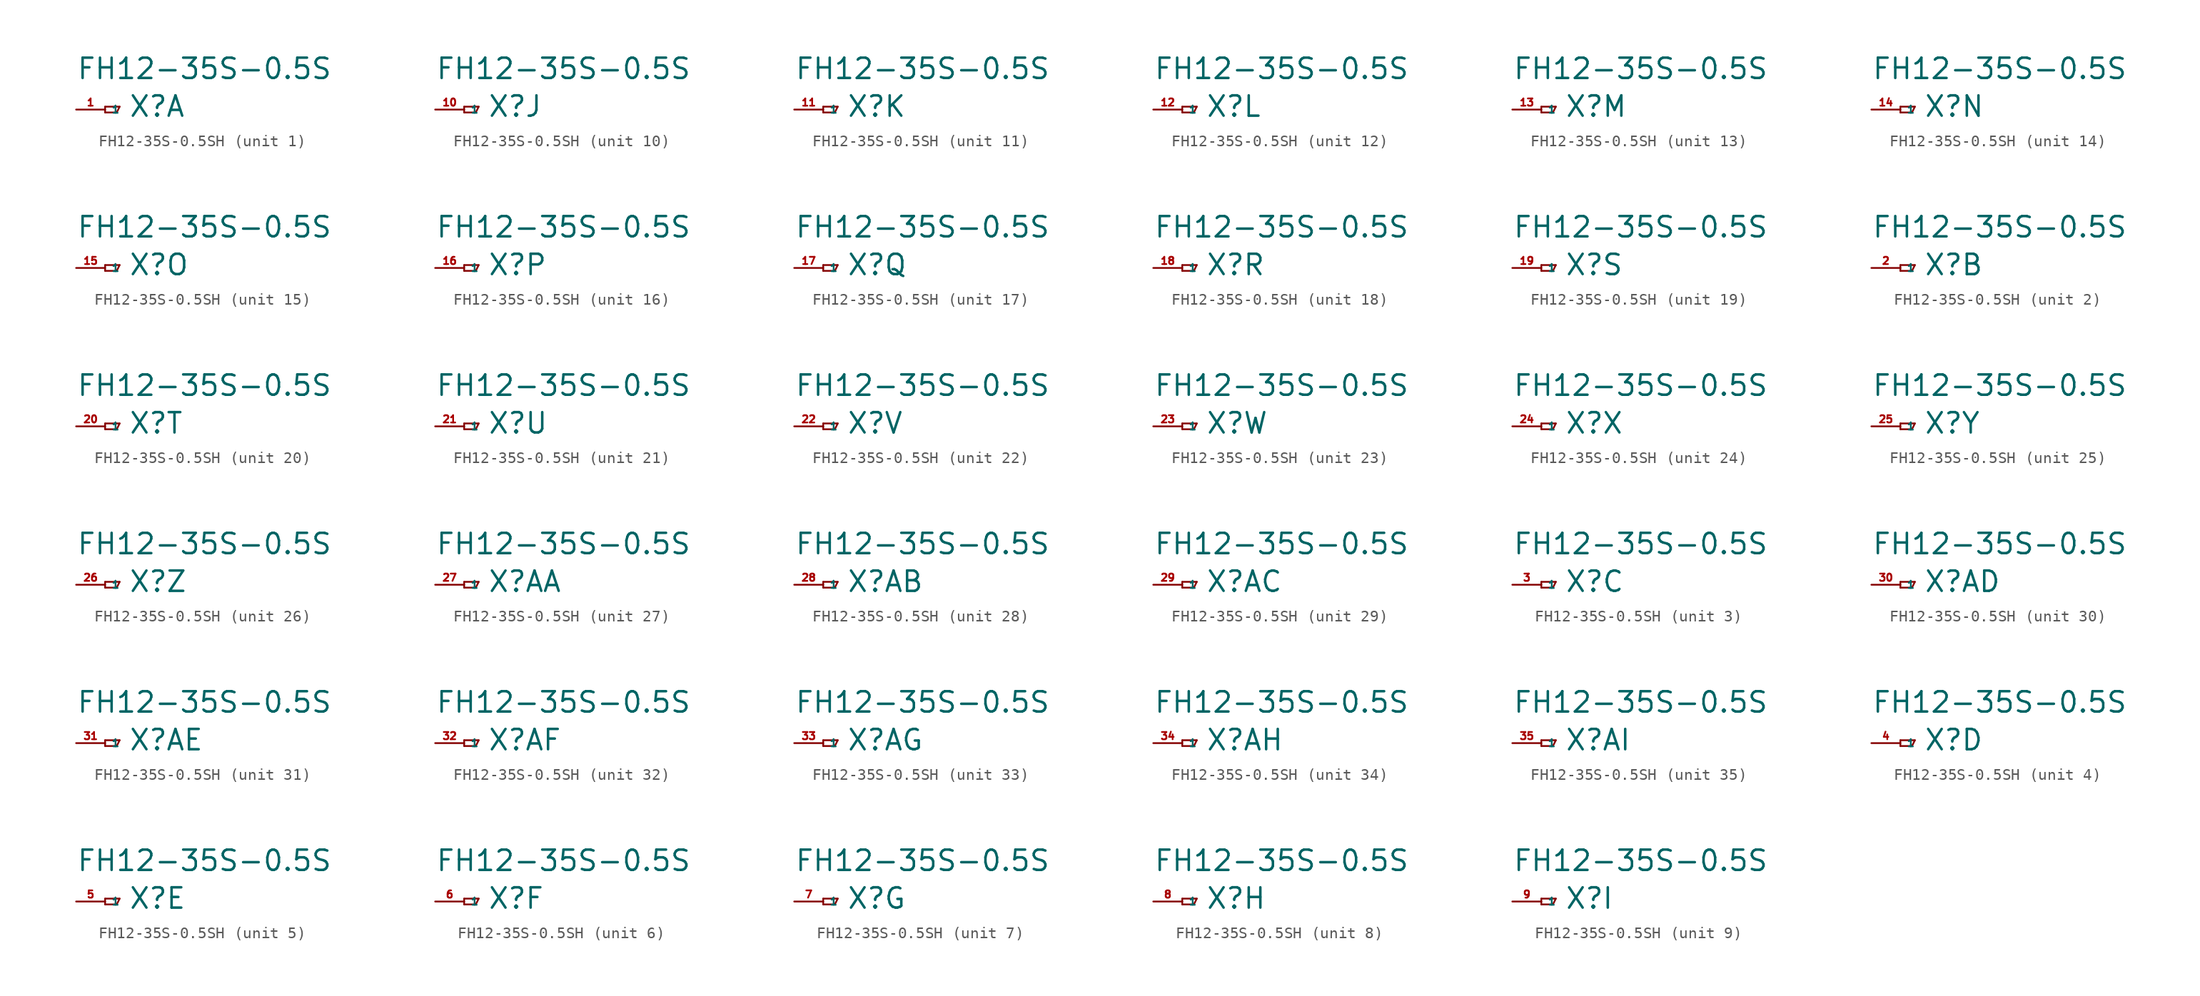
<source format=kicad_sym>
(kicad_symbol_lib
  (version 20220914)
  (generator Eagle2Kicad)
  (symbol "FH12-35S-0.5SH"
    (property "Reference" "X"
      (at 2.032 -0.762 0)
      (effects (font (size 1.778 1.778) (thickness 0.22)) (justify left bottom)))
    (property "Value" "FH12-35S-0.5S"
      (at -2.54 2.54 0)
      (effects (font (size 1.778 1.778) (thickness 0.22)) (justify left bottom)))
    (symbol "FH12-35S-0.5SH_1_0"
      (polyline (pts (xy 0 0.254) (xy 0 -0.254)) (stroke (width 0.152) (type default)) (fill (type none)))
      (polyline (pts (xy 0 -0.254) (xy 1.016 -0.254)) (stroke (width 0.152) (type default)) (fill (type none)))
      (polyline (pts (xy 1.016 -0.254) (xy 1.27 0.254)) (stroke (width 0.152) (type default)) (fill (type none)))
      (polyline (pts (xy 1.27 0.254) (xy 0 0.254)) (stroke (width 0.152) (type default)) (fill (type none)))
      (pin passive line (at -2.54 0 0) (length 2.54) (name "1" (effects (font (size 0.635 0.635) (thickness 0.08)) (justify left bottom))) (number "1" (effects (font (size 0.635 0.635) (thickness 0.08)) (justify left bottom)))))
    (symbol "FH12-35S-0.5SH_2_0"
      (polyline (pts (xy 0 0.254) (xy 0 -0.254)) (stroke (width 0.152) (type default)) (fill (type none)))
      (polyline (pts (xy 0 -0.254) (xy 1.016 -0.254)) (stroke (width 0.152) (type default)) (fill (type none)))
      (polyline (pts (xy 1.016 -0.254) (xy 1.27 0.254)) (stroke (width 0.152) (type default)) (fill (type none)))
      (polyline (pts (xy 1.27 0.254) (xy 0 0.254)) (stroke (width 0.152) (type default)) (fill (type none)))
      (pin passive line (at -2.54 0 0) (length 2.54) (name "1" (effects (font (size 0.635 0.635) (thickness 0.08)) (justify left bottom))) (number "2" (effects (font (size 0.635 0.635) (thickness 0.08)) (justify left bottom)))))
    (symbol "FH12-35S-0.5SH_3_0"
      (polyline (pts (xy 0 0.254) (xy 0 -0.254)) (stroke (width 0.152) (type default)) (fill (type none)))
      (polyline (pts (xy 0 -0.254) (xy 1.016 -0.254)) (stroke (width 0.152) (type default)) (fill (type none)))
      (polyline (pts (xy 1.016 -0.254) (xy 1.27 0.254)) (stroke (width 0.152) (type default)) (fill (type none)))
      (polyline (pts (xy 1.27 0.254) (xy 0 0.254)) (stroke (width 0.152) (type default)) (fill (type none)))
      (pin passive line (at -2.54 0 0) (length 2.54) (name "1" (effects (font (size 0.635 0.635) (thickness 0.08)) (justify left bottom))) (number "3" (effects (font (size 0.635 0.635) (thickness 0.08)) (justify left bottom)))))
    (symbol "FH12-35S-0.5SH_4_0"
      (polyline (pts (xy 0 0.254) (xy 0 -0.254)) (stroke (width 0.152) (type default)) (fill (type none)))
      (polyline (pts (xy 0 -0.254) (xy 1.016 -0.254)) (stroke (width 0.152) (type default)) (fill (type none)))
      (polyline (pts (xy 1.016 -0.254) (xy 1.27 0.254)) (stroke (width 0.152) (type default)) (fill (type none)))
      (polyline (pts (xy 1.27 0.254) (xy 0 0.254)) (stroke (width 0.152) (type default)) (fill (type none)))
      (pin passive line (at -2.54 0 0) (length 2.54) (name "1" (effects (font (size 0.635 0.635) (thickness 0.08)) (justify left bottom))) (number "4" (effects (font (size 0.635 0.635) (thickness 0.08)) (justify left bottom)))))
    (symbol "FH12-35S-0.5SH_5_0"
      (polyline (pts (xy 0 0.254) (xy 0 -0.254)) (stroke (width 0.152) (type default)) (fill (type none)))
      (polyline (pts (xy 0 -0.254) (xy 1.016 -0.254)) (stroke (width 0.152) (type default)) (fill (type none)))
      (polyline (pts (xy 1.016 -0.254) (xy 1.27 0.254)) (stroke (width 0.152) (type default)) (fill (type none)))
      (polyline (pts (xy 1.27 0.254) (xy 0 0.254)) (stroke (width 0.152) (type default)) (fill (type none)))
      (pin passive line (at -2.54 0 0) (length 2.54) (name "1" (effects (font (size 0.635 0.635) (thickness 0.08)) (justify left bottom))) (number "5" (effects (font (size 0.635 0.635) (thickness 0.08)) (justify left bottom)))))
    (symbol "FH12-35S-0.5SH_6_0"
      (polyline (pts (xy 0 0.254) (xy 0 -0.254)) (stroke (width 0.152) (type default)) (fill (type none)))
      (polyline (pts (xy 0 -0.254) (xy 1.016 -0.254)) (stroke (width 0.152) (type default)) (fill (type none)))
      (polyline (pts (xy 1.016 -0.254) (xy 1.27 0.254)) (stroke (width 0.152) (type default)) (fill (type none)))
      (polyline (pts (xy 1.27 0.254) (xy 0 0.254)) (stroke (width 0.152) (type default)) (fill (type none)))
      (pin passive line (at -2.54 0 0) (length 2.54) (name "1" (effects (font (size 0.635 0.635) (thickness 0.08)) (justify left bottom))) (number "6" (effects (font (size 0.635 0.635) (thickness 0.08)) (justify left bottom)))))
    (symbol "FH12-35S-0.5SH_7_0"
      (polyline (pts (xy 0 0.254) (xy 0 -0.254)) (stroke (width 0.152) (type default)) (fill (type none)))
      (polyline (pts (xy 0 -0.254) (xy 1.016 -0.254)) (stroke (width 0.152) (type default)) (fill (type none)))
      (polyline (pts (xy 1.016 -0.254) (xy 1.27 0.254)) (stroke (width 0.152) (type default)) (fill (type none)))
      (polyline (pts (xy 1.27 0.254) (xy 0 0.254)) (stroke (width 0.152) (type default)) (fill (type none)))
      (pin passive line (at -2.54 0 0) (length 2.54) (name "1" (effects (font (size 0.635 0.635) (thickness 0.08)) (justify left bottom))) (number "7" (effects (font (size 0.635 0.635) (thickness 0.08)) (justify left bottom)))))
    (symbol "FH12-35S-0.5SH_8_0"
      (polyline (pts (xy 0 0.254) (xy 0 -0.254)) (stroke (width 0.152) (type default)) (fill (type none)))
      (polyline (pts (xy 0 -0.254) (xy 1.016 -0.254)) (stroke (width 0.152) (type default)) (fill (type none)))
      (polyline (pts (xy 1.016 -0.254) (xy 1.27 0.254)) (stroke (width 0.152) (type default)) (fill (type none)))
      (polyline (pts (xy 1.27 0.254) (xy 0 0.254)) (stroke (width 0.152) (type default)) (fill (type none)))
      (pin passive line (at -2.54 0 0) (length 2.54) (name "1" (effects (font (size 0.635 0.635) (thickness 0.08)) (justify left bottom))) (number "8" (effects (font (size 0.635 0.635) (thickness 0.08)) (justify left bottom)))))
    (symbol "FH12-35S-0.5SH_9_0"
      (polyline (pts (xy 0 0.254) (xy 0 -0.254)) (stroke (width 0.152) (type default)) (fill (type none)))
      (polyline (pts (xy 0 -0.254) (xy 1.016 -0.254)) (stroke (width 0.152) (type default)) (fill (type none)))
      (polyline (pts (xy 1.016 -0.254) (xy 1.27 0.254)) (stroke (width 0.152) (type default)) (fill (type none)))
      (polyline (pts (xy 1.27 0.254) (xy 0 0.254)) (stroke (width 0.152) (type default)) (fill (type none)))
      (pin passive line (at -2.54 0 0) (length 2.54) (name "1" (effects (font (size 0.635 0.635) (thickness 0.08)) (justify left bottom))) (number "9" (effects (font (size 0.635 0.635) (thickness 0.08)) (justify left bottom)))))
    (symbol "FH12-35S-0.5SH_10_0"
      (polyline (pts (xy 0 0.254) (xy 0 -0.254)) (stroke (width 0.152) (type default)) (fill (type none)))
      (polyline (pts (xy 0 -0.254) (xy 1.016 -0.254)) (stroke (width 0.152) (type default)) (fill (type none)))
      (polyline (pts (xy 1.016 -0.254) (xy 1.27 0.254)) (stroke (width 0.152) (type default)) (fill (type none)))
      (polyline (pts (xy 1.27 0.254) (xy 0 0.254)) (stroke (width 0.152) (type default)) (fill (type none)))
      (pin passive line (at -2.54 0 0) (length 2.54) (name "1" (effects (font (size 0.635 0.635) (thickness 0.08)) (justify left bottom))) (number "10" (effects (font (size 0.635 0.635) (thickness 0.08)) (justify left bottom)))))
    (symbol "FH12-35S-0.5SH_11_0"
      (polyline (pts (xy 0 0.254) (xy 0 -0.254)) (stroke (width 0.152) (type default)) (fill (type none)))
      (polyline (pts (xy 0 -0.254) (xy 1.016 -0.254)) (stroke (width 0.152) (type default)) (fill (type none)))
      (polyline (pts (xy 1.016 -0.254) (xy 1.27 0.254)) (stroke (width 0.152) (type default)) (fill (type none)))
      (polyline (pts (xy 1.27 0.254) (xy 0 0.254)) (stroke (width 0.152) (type default)) (fill (type none)))
      (pin passive line (at -2.54 0 0) (length 2.54) (name "1" (effects (font (size 0.635 0.635) (thickness 0.08)) (justify left bottom))) (number "11" (effects (font (size 0.635 0.635) (thickness 0.08)) (justify left bottom)))))
    (symbol "FH12-35S-0.5SH_12_0"
      (polyline (pts (xy 0 0.254) (xy 0 -0.254)) (stroke (width 0.152) (type default)) (fill (type none)))
      (polyline (pts (xy 0 -0.254) (xy 1.016 -0.254)) (stroke (width 0.152) (type default)) (fill (type none)))
      (polyline (pts (xy 1.016 -0.254) (xy 1.27 0.254)) (stroke (width 0.152) (type default)) (fill (type none)))
      (polyline (pts (xy 1.27 0.254) (xy 0 0.254)) (stroke (width 0.152) (type default)) (fill (type none)))
      (pin passive line (at -2.54 0 0) (length 2.54) (name "1" (effects (font (size 0.635 0.635) (thickness 0.08)) (justify left bottom))) (number "12" (effects (font (size 0.635 0.635) (thickness 0.08)) (justify left bottom)))))
    (symbol "FH12-35S-0.5SH_13_0"
      (polyline (pts (xy 0 0.254) (xy 0 -0.254)) (stroke (width 0.152) (type default)) (fill (type none)))
      (polyline (pts (xy 0 -0.254) (xy 1.016 -0.254)) (stroke (width 0.152) (type default)) (fill (type none)))
      (polyline (pts (xy 1.016 -0.254) (xy 1.27 0.254)) (stroke (width 0.152) (type default)) (fill (type none)))
      (polyline (pts (xy 1.27 0.254) (xy 0 0.254)) (stroke (width 0.152) (type default)) (fill (type none)))
      (pin passive line (at -2.54 0 0) (length 2.54) (name "1" (effects (font (size 0.635 0.635) (thickness 0.08)) (justify left bottom))) (number "13" (effects (font (size 0.635 0.635) (thickness 0.08)) (justify left bottom)))))
    (symbol "FH12-35S-0.5SH_14_0"
      (polyline (pts (xy 0 0.254) (xy 0 -0.254)) (stroke (width 0.152) (type default)) (fill (type none)))
      (polyline (pts (xy 0 -0.254) (xy 1.016 -0.254)) (stroke (width 0.152) (type default)) (fill (type none)))
      (polyline (pts (xy 1.016 -0.254) (xy 1.27 0.254)) (stroke (width 0.152) (type default)) (fill (type none)))
      (polyline (pts (xy 1.27 0.254) (xy 0 0.254)) (stroke (width 0.152) (type default)) (fill (type none)))
      (pin passive line (at -2.54 0 0) (length 2.54) (name "1" (effects (font (size 0.635 0.635) (thickness 0.08)) (justify left bottom))) (number "14" (effects (font (size 0.635 0.635) (thickness 0.08)) (justify left bottom)))))
    (symbol "FH12-35S-0.5SH_15_0"
      (polyline (pts (xy 0 0.254) (xy 0 -0.254)) (stroke (width 0.152) (type default)) (fill (type none)))
      (polyline (pts (xy 0 -0.254) (xy 1.016 -0.254)) (stroke (width 0.152) (type default)) (fill (type none)))
      (polyline (pts (xy 1.016 -0.254) (xy 1.27 0.254)) (stroke (width 0.152) (type default)) (fill (type none)))
      (polyline (pts (xy 1.27 0.254) (xy 0 0.254)) (stroke (width 0.152) (type default)) (fill (type none)))
      (pin passive line (at -2.54 0 0) (length 2.54) (name "1" (effects (font (size 0.635 0.635) (thickness 0.08)) (justify left bottom))) (number "15" (effects (font (size 0.635 0.635) (thickness 0.08)) (justify left bottom)))))
    (symbol "FH12-35S-0.5SH_16_0"
      (polyline (pts (xy 0 0.254) (xy 0 -0.254)) (stroke (width 0.152) (type default)) (fill (type none)))
      (polyline (pts (xy 0 -0.254) (xy 1.016 -0.254)) (stroke (width 0.152) (type default)) (fill (type none)))
      (polyline (pts (xy 1.016 -0.254) (xy 1.27 0.254)) (stroke (width 0.152) (type default)) (fill (type none)))
      (polyline (pts (xy 1.27 0.254) (xy 0 0.254)) (stroke (width 0.152) (type default)) (fill (type none)))
      (pin passive line (at -2.54 0 0) (length 2.54) (name "1" (effects (font (size 0.635 0.635) (thickness 0.08)) (justify left bottom))) (number "16" (effects (font (size 0.635 0.635) (thickness 0.08)) (justify left bottom)))))
    (symbol "FH12-35S-0.5SH_17_0"
      (polyline (pts (xy 0 0.254) (xy 0 -0.254)) (stroke (width 0.152) (type default)) (fill (type none)))
      (polyline (pts (xy 0 -0.254) (xy 1.016 -0.254)) (stroke (width 0.152) (type default)) (fill (type none)))
      (polyline (pts (xy 1.016 -0.254) (xy 1.27 0.254)) (stroke (width 0.152) (type default)) (fill (type none)))
      (polyline (pts (xy 1.27 0.254) (xy 0 0.254)) (stroke (width 0.152) (type default)) (fill (type none)))
      (pin passive line (at -2.54 0 0) (length 2.54) (name "1" (effects (font (size 0.635 0.635) (thickness 0.08)) (justify left bottom))) (number "17" (effects (font (size 0.635 0.635) (thickness 0.08)) (justify left bottom)))))
    (symbol "FH12-35S-0.5SH_18_0"
      (polyline (pts (xy 0 0.254) (xy 0 -0.254)) (stroke (width 0.152) (type default)) (fill (type none)))
      (polyline (pts (xy 0 -0.254) (xy 1.016 -0.254)) (stroke (width 0.152) (type default)) (fill (type none)))
      (polyline (pts (xy 1.016 -0.254) (xy 1.27 0.254)) (stroke (width 0.152) (type default)) (fill (type none)))
      (polyline (pts (xy 1.27 0.254) (xy 0 0.254)) (stroke (width 0.152) (type default)) (fill (type none)))
      (pin passive line (at -2.54 0 0) (length 2.54) (name "1" (effects (font (size 0.635 0.635) (thickness 0.08)) (justify left bottom))) (number "18" (effects (font (size 0.635 0.635) (thickness 0.08)) (justify left bottom)))))
    (symbol "FH12-35S-0.5SH_19_0"
      (polyline (pts (xy 0 0.254) (xy 0 -0.254)) (stroke (width 0.152) (type default)) (fill (type none)))
      (polyline (pts (xy 0 -0.254) (xy 1.016 -0.254)) (stroke (width 0.152) (type default)) (fill (type none)))
      (polyline (pts (xy 1.016 -0.254) (xy 1.27 0.254)) (stroke (width 0.152) (type default)) (fill (type none)))
      (polyline (pts (xy 1.27 0.254) (xy 0 0.254)) (stroke (width 0.152) (type default)) (fill (type none)))
      (pin passive line (at -2.54 0 0) (length 2.54) (name "1" (effects (font (size 0.635 0.635) (thickness 0.08)) (justify left bottom))) (number "19" (effects (font (size 0.635 0.635) (thickness 0.08)) (justify left bottom)))))
    (symbol "FH12-35S-0.5SH_20_0"
      (polyline (pts (xy 0 0.254) (xy 0 -0.254)) (stroke (width 0.152) (type default)) (fill (type none)))
      (polyline (pts (xy 0 -0.254) (xy 1.016 -0.254)) (stroke (width 0.152) (type default)) (fill (type none)))
      (polyline (pts (xy 1.016 -0.254) (xy 1.27 0.254)) (stroke (width 0.152) (type default)) (fill (type none)))
      (polyline (pts (xy 1.27 0.254) (xy 0 0.254)) (stroke (width 0.152) (type default)) (fill (type none)))
      (pin passive line (at -2.54 0 0) (length 2.54) (name "1" (effects (font (size 0.635 0.635) (thickness 0.08)) (justify left bottom))) (number "20" (effects (font (size 0.635 0.635) (thickness 0.08)) (justify left bottom)))))
    (symbol "FH12-35S-0.5SH_21_0"
      (polyline (pts (xy 0 0.254) (xy 0 -0.254)) (stroke (width 0.152) (type default)) (fill (type none)))
      (polyline (pts (xy 0 -0.254) (xy 1.016 -0.254)) (stroke (width 0.152) (type default)) (fill (type none)))
      (polyline (pts (xy 1.016 -0.254) (xy 1.27 0.254)) (stroke (width 0.152) (type default)) (fill (type none)))
      (polyline (pts (xy 1.27 0.254) (xy 0 0.254)) (stroke (width 0.152) (type default)) (fill (type none)))
      (pin passive line (at -2.54 0 0) (length 2.54) (name "1" (effects (font (size 0.635 0.635) (thickness 0.08)) (justify left bottom))) (number "21" (effects (font (size 0.635 0.635) (thickness 0.08)) (justify left bottom)))))
    (symbol "FH12-35S-0.5SH_22_0"
      (polyline (pts (xy 0 0.254) (xy 0 -0.254)) (stroke (width 0.152) (type default)) (fill (type none)))
      (polyline (pts (xy 0 -0.254) (xy 1.016 -0.254)) (stroke (width 0.152) (type default)) (fill (type none)))
      (polyline (pts (xy 1.016 -0.254) (xy 1.27 0.254)) (stroke (width 0.152) (type default)) (fill (type none)))
      (polyline (pts (xy 1.27 0.254) (xy 0 0.254)) (stroke (width 0.152) (type default)) (fill (type none)))
      (pin passive line (at -2.54 0 0) (length 2.54) (name "1" (effects (font (size 0.635 0.635) (thickness 0.08)) (justify left bottom))) (number "22" (effects (font (size 0.635 0.635) (thickness 0.08)) (justify left bottom)))))
    (symbol "FH12-35S-0.5SH_23_0"
      (polyline (pts (xy 0 0.254) (xy 0 -0.254)) (stroke (width 0.152) (type default)) (fill (type none)))
      (polyline (pts (xy 0 -0.254) (xy 1.016 -0.254)) (stroke (width 0.152) (type default)) (fill (type none)))
      (polyline (pts (xy 1.016 -0.254) (xy 1.27 0.254)) (stroke (width 0.152) (type default)) (fill (type none)))
      (polyline (pts (xy 1.27 0.254) (xy 0 0.254)) (stroke (width 0.152) (type default)) (fill (type none)))
      (pin passive line (at -2.54 0 0) (length 2.54) (name "1" (effects (font (size 0.635 0.635) (thickness 0.08)) (justify left bottom))) (number "23" (effects (font (size 0.635 0.635) (thickness 0.08)) (justify left bottom)))))
    (symbol "FH12-35S-0.5SH_24_0"
      (polyline (pts (xy 0 0.254) (xy 0 -0.254)) (stroke (width 0.152) (type default)) (fill (type none)))
      (polyline (pts (xy 0 -0.254) (xy 1.016 -0.254)) (stroke (width 0.152) (type default)) (fill (type none)))
      (polyline (pts (xy 1.016 -0.254) (xy 1.27 0.254)) (stroke (width 0.152) (type default)) (fill (type none)))
      (polyline (pts (xy 1.27 0.254) (xy 0 0.254)) (stroke (width 0.152) (type default)) (fill (type none)))
      (pin passive line (at -2.54 0 0) (length 2.54) (name "1" (effects (font (size 0.635 0.635) (thickness 0.08)) (justify left bottom))) (number "24" (effects (font (size 0.635 0.635) (thickness 0.08)) (justify left bottom)))))
    (symbol "FH12-35S-0.5SH_25_0"
      (polyline (pts (xy 0 0.254) (xy 0 -0.254)) (stroke (width 0.152) (type default)) (fill (type none)))
      (polyline (pts (xy 0 -0.254) (xy 1.016 -0.254)) (stroke (width 0.152) (type default)) (fill (type none)))
      (polyline (pts (xy 1.016 -0.254) (xy 1.27 0.254)) (stroke (width 0.152) (type default)) (fill (type none)))
      (polyline (pts (xy 1.27 0.254) (xy 0 0.254)) (stroke (width 0.152) (type default)) (fill (type none)))
      (pin passive line (at -2.54 0 0) (length 2.54) (name "1" (effects (font (size 0.635 0.635) (thickness 0.08)) (justify left bottom))) (number "25" (effects (font (size 0.635 0.635) (thickness 0.08)) (justify left bottom)))))
    (symbol "FH12-35S-0.5SH_26_0"
      (polyline (pts (xy 0 0.254) (xy 0 -0.254)) (stroke (width 0.152) (type default)) (fill (type none)))
      (polyline (pts (xy 0 -0.254) (xy 1.016 -0.254)) (stroke (width 0.152) (type default)) (fill (type none)))
      (polyline (pts (xy 1.016 -0.254) (xy 1.27 0.254)) (stroke (width 0.152) (type default)) (fill (type none)))
      (polyline (pts (xy 1.27 0.254) (xy 0 0.254)) (stroke (width 0.152) (type default)) (fill (type none)))
      (pin passive line (at -2.54 0 0) (length 2.54) (name "1" (effects (font (size 0.635 0.635) (thickness 0.08)) (justify left bottom))) (number "26" (effects (font (size 0.635 0.635) (thickness 0.08)) (justify left bottom)))))
    (symbol "FH12-35S-0.5SH_27_0"
      (polyline (pts (xy 0 0.254) (xy 0 -0.254)) (stroke (width 0.152) (type default)) (fill (type none)))
      (polyline (pts (xy 0 -0.254) (xy 1.016 -0.254)) (stroke (width 0.152) (type default)) (fill (type none)))
      (polyline (pts (xy 1.016 -0.254) (xy 1.27 0.254)) (stroke (width 0.152) (type default)) (fill (type none)))
      (polyline (pts (xy 1.27 0.254) (xy 0 0.254)) (stroke (width 0.152) (type default)) (fill (type none)))
      (pin passive line (at -2.54 0 0) (length 2.54) (name "1" (effects (font (size 0.635 0.635) (thickness 0.08)) (justify left bottom))) (number "27" (effects (font (size 0.635 0.635) (thickness 0.08)) (justify left bottom)))))
    (symbol "FH12-35S-0.5SH_28_0"
      (polyline (pts (xy 0 0.254) (xy 0 -0.254)) (stroke (width 0.152) (type default)) (fill (type none)))
      (polyline (pts (xy 0 -0.254) (xy 1.016 -0.254)) (stroke (width 0.152) (type default)) (fill (type none)))
      (polyline (pts (xy 1.016 -0.254) (xy 1.27 0.254)) (stroke (width 0.152) (type default)) (fill (type none)))
      (polyline (pts (xy 1.27 0.254) (xy 0 0.254)) (stroke (width 0.152) (type default)) (fill (type none)))
      (pin passive line (at -2.54 0 0) (length 2.54) (name "1" (effects (font (size 0.635 0.635) (thickness 0.08)) (justify left bottom))) (number "28" (effects (font (size 0.635 0.635) (thickness 0.08)) (justify left bottom)))))
    (symbol "FH12-35S-0.5SH_29_0"
      (polyline (pts (xy 0 0.254) (xy 0 -0.254)) (stroke (width 0.152) (type default)) (fill (type none)))
      (polyline (pts (xy 0 -0.254) (xy 1.016 -0.254)) (stroke (width 0.152) (type default)) (fill (type none)))
      (polyline (pts (xy 1.016 -0.254) (xy 1.27 0.254)) (stroke (width 0.152) (type default)) (fill (type none)))
      (polyline (pts (xy 1.27 0.254) (xy 0 0.254)) (stroke (width 0.152) (type default)) (fill (type none)))
      (pin passive line (at -2.54 0 0) (length 2.54) (name "1" (effects (font (size 0.635 0.635) (thickness 0.08)) (justify left bottom))) (number "29" (effects (font (size 0.635 0.635) (thickness 0.08)) (justify left bottom)))))
    (symbol "FH12-35S-0.5SH_30_0"
      (polyline (pts (xy 0 0.254) (xy 0 -0.254)) (stroke (width 0.152) (type default)) (fill (type none)))
      (polyline (pts (xy 0 -0.254) (xy 1.016 -0.254)) (stroke (width 0.152) (type default)) (fill (type none)))
      (polyline (pts (xy 1.016 -0.254) (xy 1.27 0.254)) (stroke (width 0.152) (type default)) (fill (type none)))
      (polyline (pts (xy 1.27 0.254) (xy 0 0.254)) (stroke (width 0.152) (type default)) (fill (type none)))
      (pin passive line (at -2.54 0 0) (length 2.54) (name "1" (effects (font (size 0.635 0.635) (thickness 0.08)) (justify left bottom))) (number "30" (effects (font (size 0.635 0.635) (thickness 0.08)) (justify left bottom)))))
    (symbol "FH12-35S-0.5SH_31_0"
      (polyline (pts (xy 0 0.254) (xy 0 -0.254)) (stroke (width 0.152) (type default)) (fill (type none)))
      (polyline (pts (xy 0 -0.254) (xy 1.016 -0.254)) (stroke (width 0.152) (type default)) (fill (type none)))
      (polyline (pts (xy 1.016 -0.254) (xy 1.27 0.254)) (stroke (width 0.152) (type default)) (fill (type none)))
      (polyline (pts (xy 1.27 0.254) (xy 0 0.254)) (stroke (width 0.152) (type default)) (fill (type none)))
      (pin passive line (at -2.54 0 0) (length 2.54) (name "1" (effects (font (size 0.635 0.635) (thickness 0.08)) (justify left bottom))) (number "31" (effects (font (size 0.635 0.635) (thickness 0.08)) (justify left bottom)))))
    (symbol "FH12-35S-0.5SH_32_0"
      (polyline (pts (xy 0 0.254) (xy 0 -0.254)) (stroke (width 0.152) (type default)) (fill (type none)))
      (polyline (pts (xy 0 -0.254) (xy 1.016 -0.254)) (stroke (width 0.152) (type default)) (fill (type none)))
      (polyline (pts (xy 1.016 -0.254) (xy 1.27 0.254)) (stroke (width 0.152) (type default)) (fill (type none)))
      (polyline (pts (xy 1.27 0.254) (xy 0 0.254)) (stroke (width 0.152) (type default)) (fill (type none)))
      (pin passive line (at -2.54 0 0) (length 2.54) (name "1" (effects (font (size 0.635 0.635) (thickness 0.08)) (justify left bottom))) (number "32" (effects (font (size 0.635 0.635) (thickness 0.08)) (justify left bottom)))))
    (symbol "FH12-35S-0.5SH_33_0"
      (polyline (pts (xy 0 0.254) (xy 0 -0.254)) (stroke (width 0.152) (type default)) (fill (type none)))
      (polyline (pts (xy 0 -0.254) (xy 1.016 -0.254)) (stroke (width 0.152) (type default)) (fill (type none)))
      (polyline (pts (xy 1.016 -0.254) (xy 1.27 0.254)) (stroke (width 0.152) (type default)) (fill (type none)))
      (polyline (pts (xy 1.27 0.254) (xy 0 0.254)) (stroke (width 0.152) (type default)) (fill (type none)))
      (pin passive line (at -2.54 0 0) (length 2.54) (name "1" (effects (font (size 0.635 0.635) (thickness 0.08)) (justify left bottom))) (number "33" (effects (font (size 0.635 0.635) (thickness 0.08)) (justify left bottom)))))
    (symbol "FH12-35S-0.5SH_34_0"
      (polyline (pts (xy 0 0.254) (xy 0 -0.254)) (stroke (width 0.152) (type default)) (fill (type none)))
      (polyline (pts (xy 0 -0.254) (xy 1.016 -0.254)) (stroke (width 0.152) (type default)) (fill (type none)))
      (polyline (pts (xy 1.016 -0.254) (xy 1.27 0.254)) (stroke (width 0.152) (type default)) (fill (type none)))
      (polyline (pts (xy 1.27 0.254) (xy 0 0.254)) (stroke (width 0.152) (type default)) (fill (type none)))
      (pin passive line (at -2.54 0 0) (length 2.54) (name "1" (effects (font (size 0.635 0.635) (thickness 0.08)) (justify left bottom))) (number "34" (effects (font (size 0.635 0.635) (thickness 0.08)) (justify left bottom)))))
    (symbol "FH12-35S-0.5SH_35_0"
      (polyline (pts (xy 0 0.254) (xy 0 -0.254)) (stroke (width 0.152) (type default)) (fill (type none)))
      (polyline (pts (xy 0 -0.254) (xy 1.016 -0.254)) (stroke (width 0.152) (type default)) (fill (type none)))
      (polyline (pts (xy 1.016 -0.254) (xy 1.27 0.254)) (stroke (width 0.152) (type default)) (fill (type none)))
      (polyline (pts (xy 1.27 0.254) (xy 0 0.254)) (stroke (width 0.152) (type default)) (fill (type none)))
      (pin passive line (at -2.54 0 0) (length 2.54) (name "1" (effects (font (size 0.635 0.635) (thickness 0.08)) (justify left bottom))) (number "35" (effects (font (size 0.635 0.635) (thickness 0.08)) (justify left bottom)))))))
</source>
